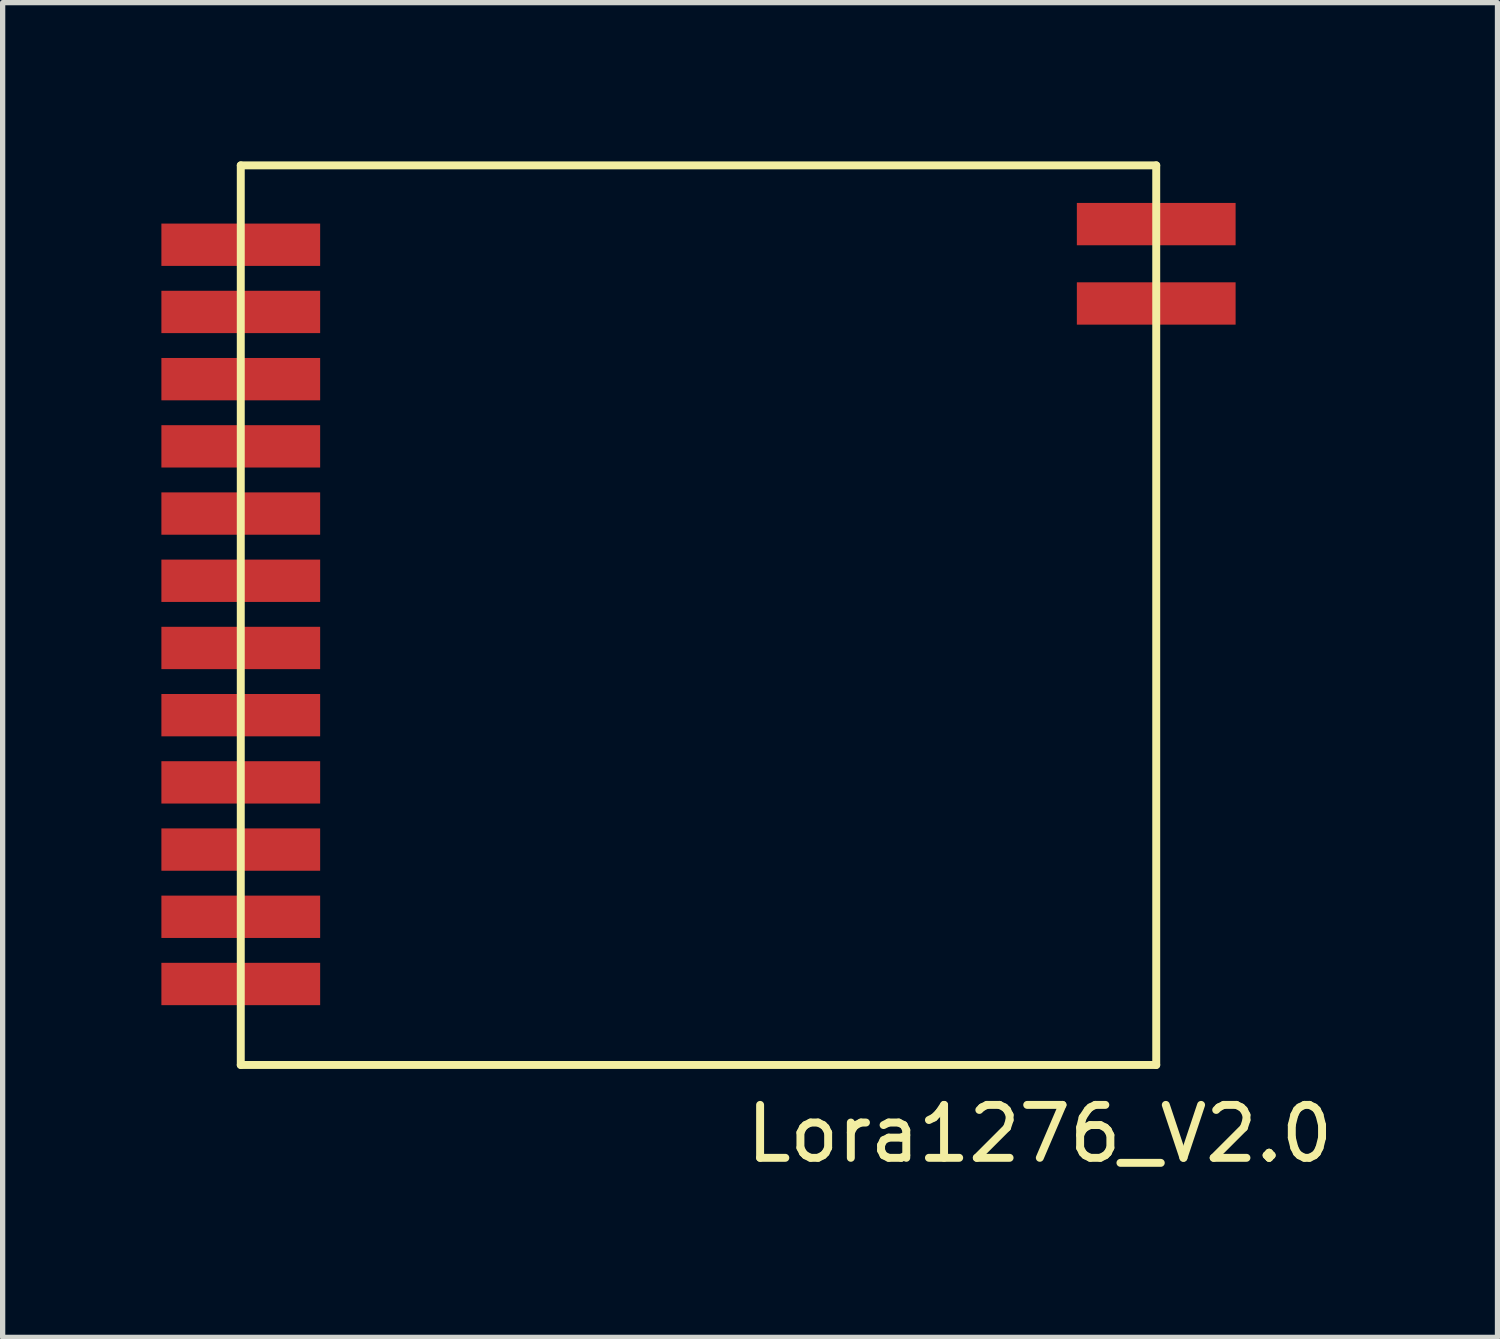
<source format=kicad_pcb>
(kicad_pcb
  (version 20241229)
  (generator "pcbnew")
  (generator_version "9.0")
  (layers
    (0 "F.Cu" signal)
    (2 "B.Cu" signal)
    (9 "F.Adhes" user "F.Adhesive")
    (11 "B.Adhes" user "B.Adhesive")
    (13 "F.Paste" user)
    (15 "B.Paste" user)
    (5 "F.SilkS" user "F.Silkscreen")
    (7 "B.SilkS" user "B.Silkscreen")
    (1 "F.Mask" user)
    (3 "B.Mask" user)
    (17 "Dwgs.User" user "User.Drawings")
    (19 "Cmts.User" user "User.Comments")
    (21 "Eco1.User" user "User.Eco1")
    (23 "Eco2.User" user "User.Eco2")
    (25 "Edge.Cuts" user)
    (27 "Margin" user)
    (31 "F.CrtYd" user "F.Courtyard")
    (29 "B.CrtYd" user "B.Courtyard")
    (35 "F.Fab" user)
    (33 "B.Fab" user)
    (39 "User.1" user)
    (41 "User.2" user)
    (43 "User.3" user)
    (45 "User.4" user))
  (footprint "Lora1276_V2.0"
    (layer "F.Cu")
    (at 10.39 9.455)
    (property "Reference" "Lora1276_V2.0" (at 6.21 8.92 0) (layer "F.SilkS") (effects (font (size 1 1) (thickness 0.15))))
    (attr smd)
    (fp_line (start -8.89 -9.38) (end 8.41 -9.38) (stroke (width 0.15) (type solid)) (layer "F.SilkS"))
    (fp_line (start -8.89 7.62) (end -8.89 -9.38) (stroke (width 0.15) (type solid)) (layer "F.SilkS"))
    (fp_line (start 8.41 -9.38) (end 8.41 7.62) (stroke (width 0.15) (type solid)) (layer "F.SilkS"))
    (fp_line (start 8.41 7.62) (end -8.89 7.62) (stroke (width 0.15) (type solid)) (layer "F.SilkS"))
    (pad "1" smd rect (at -8.89 -7.88) (size 3 0.8) (layers "F.Cu" "F.Mask" "F.Paste"))
    (pad "2" smd rect (at -8.89 -6.61) (size 3 0.8) (layers "F.Cu" "F.Mask" "F.Paste"))
    (pad "3" smd rect (at -8.89 -5.34) (size 3 0.8) (layers "F.Cu" "F.Mask" "F.Paste"))
    (pad "4" smd rect (at -8.89 -4.07) (size 3 0.8) (layers "F.Cu" "F.Mask" "F.Paste"))
    (pad "5" smd rect (at -8.89 -2.8) (size 3 0.8) (layers "F.Cu" "F.Mask" "F.Paste"))
    (pad "6" smd rect (at -8.89 -1.53) (size 3 0.8) (layers "F.Cu" "F.Mask" "F.Paste"))
    (pad "7" smd rect (at -8.89 -0.26) (size 3 0.8) (layers "F.Cu" "F.Mask" "F.Paste"))
    (pad "8" smd rect (at -8.89 1.01) (size 3 0.8) (layers "F.Cu" "F.Mask" "F.Paste"))
    (pad "9" smd rect (at -8.89 2.28) (size 3 0.8) (layers "F.Cu" "F.Mask" "F.Paste"))
    (pad "10" smd rect (at -8.89 3.55) (size 3 0.8) (layers "F.Cu" "F.Mask" "F.Paste"))
    (pad "11" smd rect (at -8.89 4.82) (size 3 0.8) (layers "F.Cu" "F.Mask" "F.Paste"))
    (pad "12" smd rect (at -8.89 6.09) (size 3 0.8) (layers "F.Cu" "F.Mask" "F.Paste"))
    (pad "13" smd rect (at 6.91 -8.27) (size 3 0.8) (drill (offset 1.5 0)) (layers "F.Cu" "F.Mask" "F.Paste"))
    (pad "14" smd rect (at 6.91 -6.77) (size 3 0.8) (drill (offset 1.5 0)) (layers "F.Cu" "F.Mask" "F.Paste")))
  (gr_rect
    (start -3 -3)
    (end 25.249 22.223)
    (stroke (width 0.1) (type default))
    (fill no)
    (layer "Edge.Cuts")))
</source>
